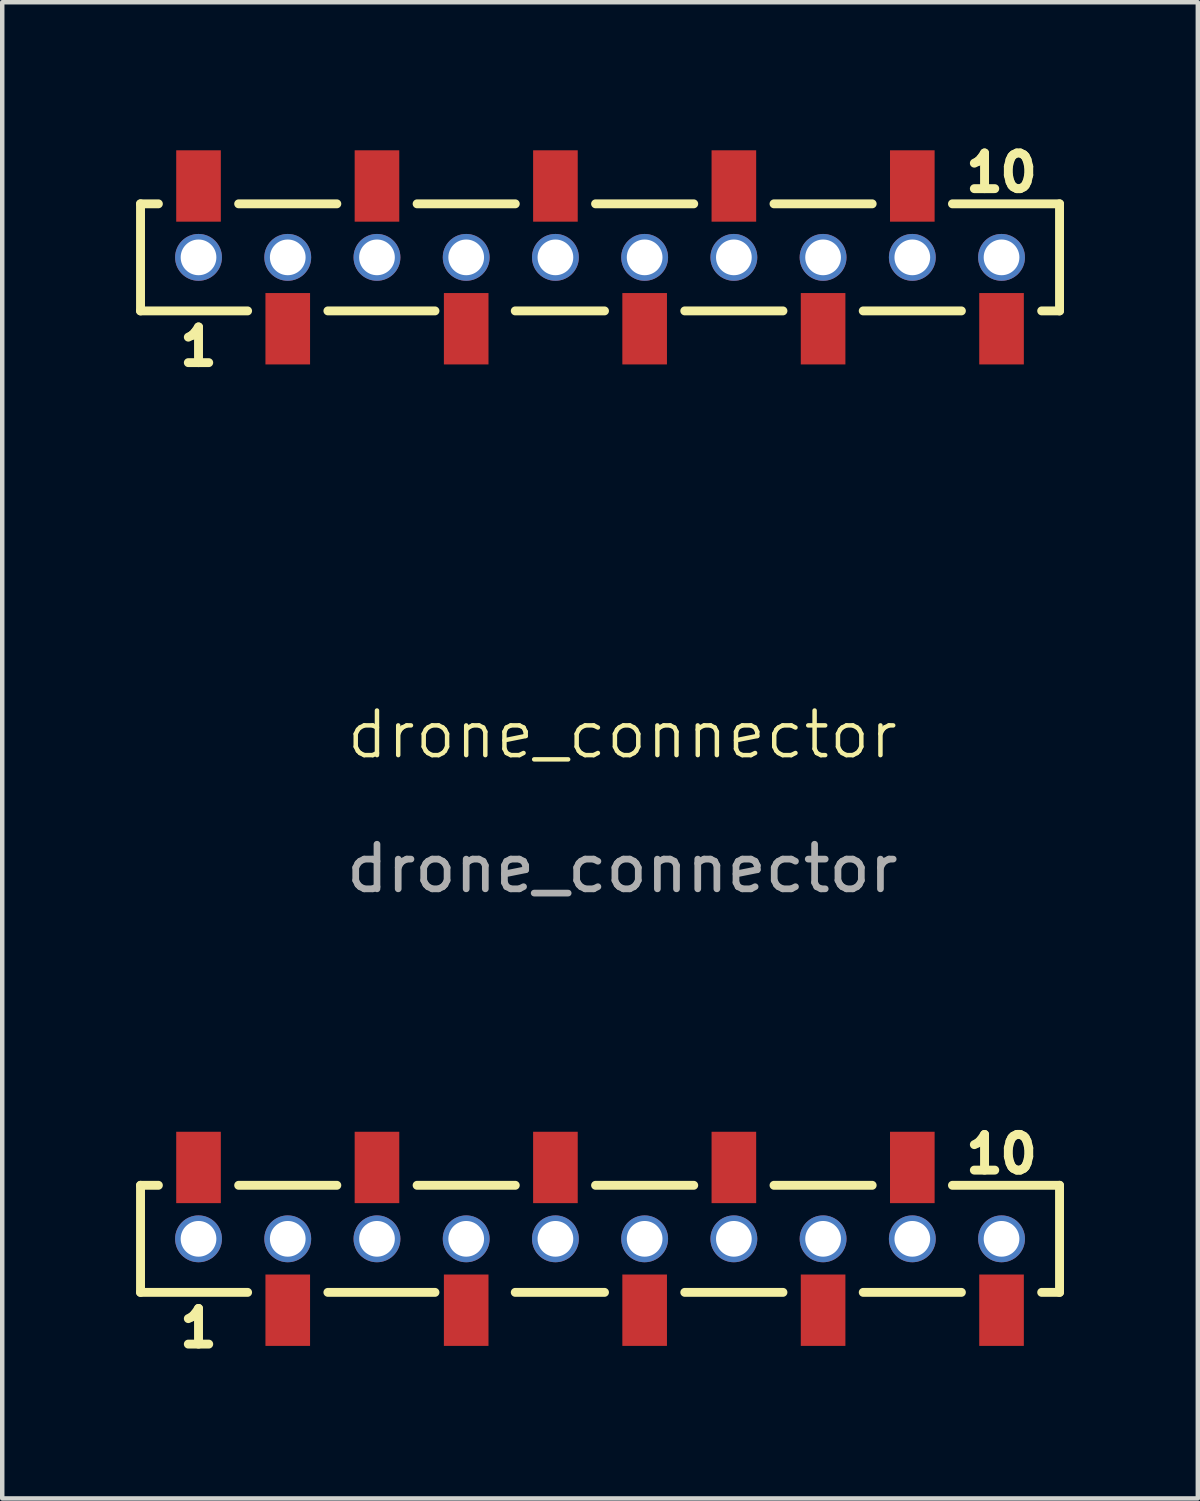
<source format=kicad_pcb>
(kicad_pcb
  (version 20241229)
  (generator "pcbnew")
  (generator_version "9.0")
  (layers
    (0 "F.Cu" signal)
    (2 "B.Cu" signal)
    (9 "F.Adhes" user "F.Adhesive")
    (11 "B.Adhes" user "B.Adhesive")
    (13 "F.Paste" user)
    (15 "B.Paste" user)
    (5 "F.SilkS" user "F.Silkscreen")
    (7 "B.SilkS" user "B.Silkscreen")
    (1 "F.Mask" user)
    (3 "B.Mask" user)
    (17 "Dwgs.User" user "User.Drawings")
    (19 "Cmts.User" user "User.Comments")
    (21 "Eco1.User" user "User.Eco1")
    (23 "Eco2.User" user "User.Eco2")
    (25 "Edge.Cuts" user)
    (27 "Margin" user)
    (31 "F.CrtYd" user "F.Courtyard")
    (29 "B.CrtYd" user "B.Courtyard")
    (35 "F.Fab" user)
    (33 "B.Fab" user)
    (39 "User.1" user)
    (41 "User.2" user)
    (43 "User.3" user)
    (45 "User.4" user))
  (footprint "drone_connector"
    (layer "F.Cu")
    (at 10.9 13.919)
    (property "Reference" "drone_connector" (at 0 -0.5 0) (unlocked yes) (layer "F.SilkS") (effects (font (size 1 1) (thickness 0.1))))
    (attr smd)
    (fp_line (start -10.8 -12.4) (end -10.8 -10) (stroke (width 0.2) (type solid)) (layer "F.SilkS"))
    (fp_line (start -10.8 -12.4) (end -10.4 -12.4) (stroke (width 0.2) (type solid)) (layer "F.SilkS"))
    (fp_line (start -10.8 -10) (end -8.4 -10) (stroke (width 0.2) (type solid)) (layer "F.SilkS"))
    (fp_line (start -10.8 9.6) (end -10.8 12) (stroke (width 0.2) (type solid)) (layer "F.SilkS"))
    (fp_line (start -10.8 9.6) (end -10.4 9.6) (stroke (width 0.2) (type solid)) (layer "F.SilkS"))
    (fp_line (start -10.8 12) (end -8.4 12) (stroke (width 0.2) (type solid)) (layer "F.SilkS"))
    (fp_line (start -8.6 -12.4) (end -6.4 -12.4) (stroke (width 0.2) (type solid)) (layer "F.SilkS"))
    (fp_line (start -8.6 9.6) (end -6.4 9.6) (stroke (width 0.2) (type solid)) (layer "F.SilkS"))
    (fp_line (start -6.6 -10) (end -4.2 -10) (stroke (width 0.2) (type solid)) (layer "F.SilkS"))
    (fp_line (start -6.6 12) (end -4.2 12) (stroke (width 0.2) (type solid)) (layer "F.SilkS"))
    (fp_line (start -4.6 -12.4) (end -2.4 -12.4) (stroke (width 0.2) (type solid)) (layer "F.SilkS"))
    (fp_line (start -4.6 9.6) (end -2.4 9.6) (stroke (width 0.2) (type solid)) (layer "F.SilkS"))
    (fp_line (start -2.4 -10) (end -0.4 -10) (stroke (width 0.2) (type solid)) (layer "F.SilkS"))
    (fp_line (start -2.4 12) (end -0.4 12) (stroke (width 0.2) (type solid)) (layer "F.SilkS"))
    (fp_line (start -0.6 -12.4) (end 1.6 -12.4) (stroke (width 0.2) (type solid)) (layer "F.SilkS"))
    (fp_line (start -0.6 9.6) (end 1.6 9.6) (stroke (width 0.2) (type solid)) (layer "F.SilkS"))
    (fp_line (start 1.4 -10) (end 3.6 -10) (stroke (width 0.2) (type solid)) (layer "F.SilkS"))
    (fp_line (start 1.4 12) (end 3.6 12) (stroke (width 0.2) (type solid)) (layer "F.SilkS"))
    (fp_line (start 3.4 -12.4) (end 5.6 -12.4) (stroke (width 0.2) (type solid)) (layer "F.SilkS"))
    (fp_line (start 3.4 9.6) (end 5.6 9.6) (stroke (width 0.2) (type solid)) (layer "F.SilkS"))
    (fp_line (start 5.4 -10) (end 7.6 -10) (stroke (width 0.2) (type solid)) (layer "F.SilkS"))
    (fp_line (start 5.4 12) (end 7.6 12) (stroke (width 0.2) (type solid)) (layer "F.SilkS"))
    (fp_line (start 7.4 -12.4) (end 9.8 -12.4) (stroke (width 0.2) (type solid)) (layer "F.SilkS"))
    (fp_line (start 7.4 9.6) (end 9.8 9.6) (stroke (width 0.2) (type solid)) (layer "F.SilkS"))
    (fp_line (start 9.8 -12.4) (end 9.8 -10) (stroke (width 0.2) (type solid)) (layer "F.SilkS"))
    (fp_line (start 9.8 -10) (end 9.4 -10) (stroke (width 0.2) (type solid)) (layer "F.SilkS"))
    (fp_line (start 9.8 9.6) (end 9.8 12) (stroke (width 0.2) (type solid)) (layer "F.SilkS"))
    (fp_line (start 9.8 12) (end 9.4 12) (stroke (width 0.2) (type solid)) (layer "F.SilkS"))
    (fp_text user "10" (at 8.5 -13.1 180) (layer "F.SilkS") (effects (font (size 0.8 0.8) (thickness 0.2))))
    (fp_text user "1" (at -9.5 12.8 180) (layer "F.SilkS") (effects (font (size 0.8 0.8) (thickness 0.2))))
    (fp_text user "10" (at 8.5 8.9 180) (layer "F.SilkS") (effects (font (size 0.8 0.8) (thickness 0.2))))
    (fp_text user "1" (at -9.5 -9.2 180) (layer "F.SilkS") (effects (font (size 0.8 0.8) (thickness 0.2))))
    (fp_text user "${REFERENCE}" (at 0 2.5 0) (unlocked yes) (layer "F.Fab") (effects (font (size 1 1) (thickness 0.15))))
    (pad "1" thru_hole circle (at 8.5 -11.2) (size 1.05 1.05) (drill 0.8) (layers "*.Cu" "*.Mask"))
    (pad "1" smd rect (at 8.5 -9.6 180) (size 1 1.6) (layers "F.Cu" "F.Mask" "F.Paste"))
    (pad "2" smd rect (at 6.5 -12.8 180) (size 1 1.6) (layers "F.Cu" "F.Mask" "F.Paste"))
    (pad "2" thru_hole circle (at 6.5 -11.2) (size 1.05 1.05) (drill 0.8) (layers "*.Cu" "*.Mask"))
    (pad "3" thru_hole circle (at 4.5 -11.2) (size 1.05 1.05) (drill 0.8) (layers "*.Cu" "*.Mask"))
    (pad "3" smd rect (at 4.5 -9.6 180) (size 1 1.6) (layers "F.Cu" "F.Mask" "F.Paste"))
    (pad "4" smd rect (at 2.5 -12.8 180) (size 1 1.6) (layers "F.Cu" "F.Mask" "F.Paste"))
    (pad "4" thru_hole circle (at 2.5 -11.2) (size 1.05 1.05) (drill 0.8) (layers "*.Cu" "*.Mask"))
    (pad "5" thru_hole circle (at 0.5 -11.2) (size 1.05 1.05) (drill 0.8) (layers "*.Cu" "*.Mask"))
    (pad "5" smd rect (at 0.5 -9.6 180) (size 1 1.6) (layers "F.Cu" "F.Mask" "F.Paste"))
    (pad "6" smd rect (at -1.5 -12.8 180) (size 1 1.6) (layers "F.Cu" "F.Mask" "F.Paste"))
    (pad "6" thru_hole circle (at -1.5 -11.2) (size 1.05 1.05) (drill 0.8) (layers "*.Cu" "*.Mask"))
    (pad "7" thru_hole circle (at -3.5 -11.2) (size 1.05 1.05) (drill 0.8) (layers "*.Cu" "*.Mask"))
    (pad "7" smd rect (at -3.5 -9.6 180) (size 1 1.6) (layers "F.Cu" "F.Mask" "F.Paste"))
    (pad "8" smd rect (at -5.5 -12.8 180) (size 1 1.6) (layers "F.Cu" "F.Mask" "F.Paste"))
    (pad "8" thru_hole circle (at -5.5 -11.2) (size 1.05 1.05) (drill 0.8) (layers "*.Cu" "*.Mask"))
    (pad "9" thru_hole circle (at -7.5 -11.2) (size 1.05 1.05) (drill 0.8) (layers "*.Cu" "*.Mask"))
    (pad "9" smd rect (at -7.5 -9.6 180) (size 1 1.6) (layers "F.Cu" "F.Mask" "F.Paste"))
    (pad "10" smd rect (at -9.5 -12.8 180) (size 1 1.6) (layers "F.Cu" "F.Mask" "F.Paste"))
    (pad "10" thru_hole circle (at -9.5 -11.2) (size 1.05 1.05) (drill 0.8) (layers "*.Cu" "*.Mask"))
    (pad "11" thru_hole circle (at 8.5 10.8) (size 1.05 1.05) (drill 0.8) (layers "*.Cu" "*.Mask"))
    (pad "11" smd rect (at 8.5 12.4 180) (size 1 1.6) (layers "F.Cu" "F.Mask" "F.Paste"))
    (pad "12" smd rect (at 6.5 9.2 180) (size 1 1.6) (layers "F.Cu" "F.Mask" "F.Paste"))
    (pad "12" thru_hole circle (at 6.5 10.8) (size 1.05 1.05) (drill 0.8) (layers "*.Cu" "*.Mask"))
    (pad "13" thru_hole circle (at 4.5 10.8) (size 1.05 1.05) (drill 0.8) (layers "*.Cu" "*.Mask"))
    (pad "13" smd rect (at 4.5 12.4 180) (size 1 1.6) (layers "F.Cu" "F.Mask" "F.Paste"))
    (pad "14" smd rect (at 2.5 9.2 180) (size 1 1.6) (layers "F.Cu" "F.Mask" "F.Paste"))
    (pad "14" thru_hole circle (at 2.5 10.8) (size 1.05 1.05) (drill 0.8) (layers "*.Cu" "*.Mask"))
    (pad "15" thru_hole circle (at 0.5 10.8) (size 1.05 1.05) (drill 0.8) (layers "*.Cu" "*.Mask"))
    (pad "15" smd rect (at 0.5 12.4 180) (size 1 1.6) (layers "F.Cu" "F.Mask" "F.Paste"))
    (pad "16" smd rect (at -1.5 9.2 180) (size 1 1.6) (layers "F.Cu" "F.Mask" "F.Paste"))
    (pad "16" thru_hole circle (at -1.5 10.8) (size 1.05 1.05) (drill 0.8) (layers "*.Cu" "*.Mask"))
    (pad "17" thru_hole circle (at -3.5 10.8) (size 1.05 1.05) (drill 0.8) (layers "*.Cu" "*.Mask"))
    (pad "17" smd rect (at -3.5 12.4 180) (size 1 1.6) (layers "F.Cu" "F.Mask" "F.Paste"))
    (pad "18" smd rect (at -5.5 9.2 180) (size 1 1.6) (layers "F.Cu" "F.Mask" "F.Paste"))
    (pad "18" thru_hole circle (at -5.5 10.8) (size 1.05 1.05) (drill 0.8) (layers "*.Cu" "*.Mask"))
    (pad "19" thru_hole circle (at -7.5 10.8) (size 1.05 1.05) (drill 0.8) (layers "*.Cu" "*.Mask"))
    (pad "19" smd rect (at -7.5 12.4 180) (size 1 1.6) (layers "F.Cu" "F.Mask" "F.Paste"))
    (pad "20" smd rect (at -9.5 9.2 180) (size 1 1.6) (layers "F.Cu" "F.Mask" "F.Paste"))
    (pad "20" thru_hole circle (at -9.5 10.8) (size 1.05 1.05) (drill 0.8) (layers "*.Cu" "*.Mask")))
  (gr_rect
    (start -3 -3)
    (end 23.8 30.538)
    (stroke (width 0.1) (type default))
    (fill no)
    (layer "Edge.Cuts")))
</source>
